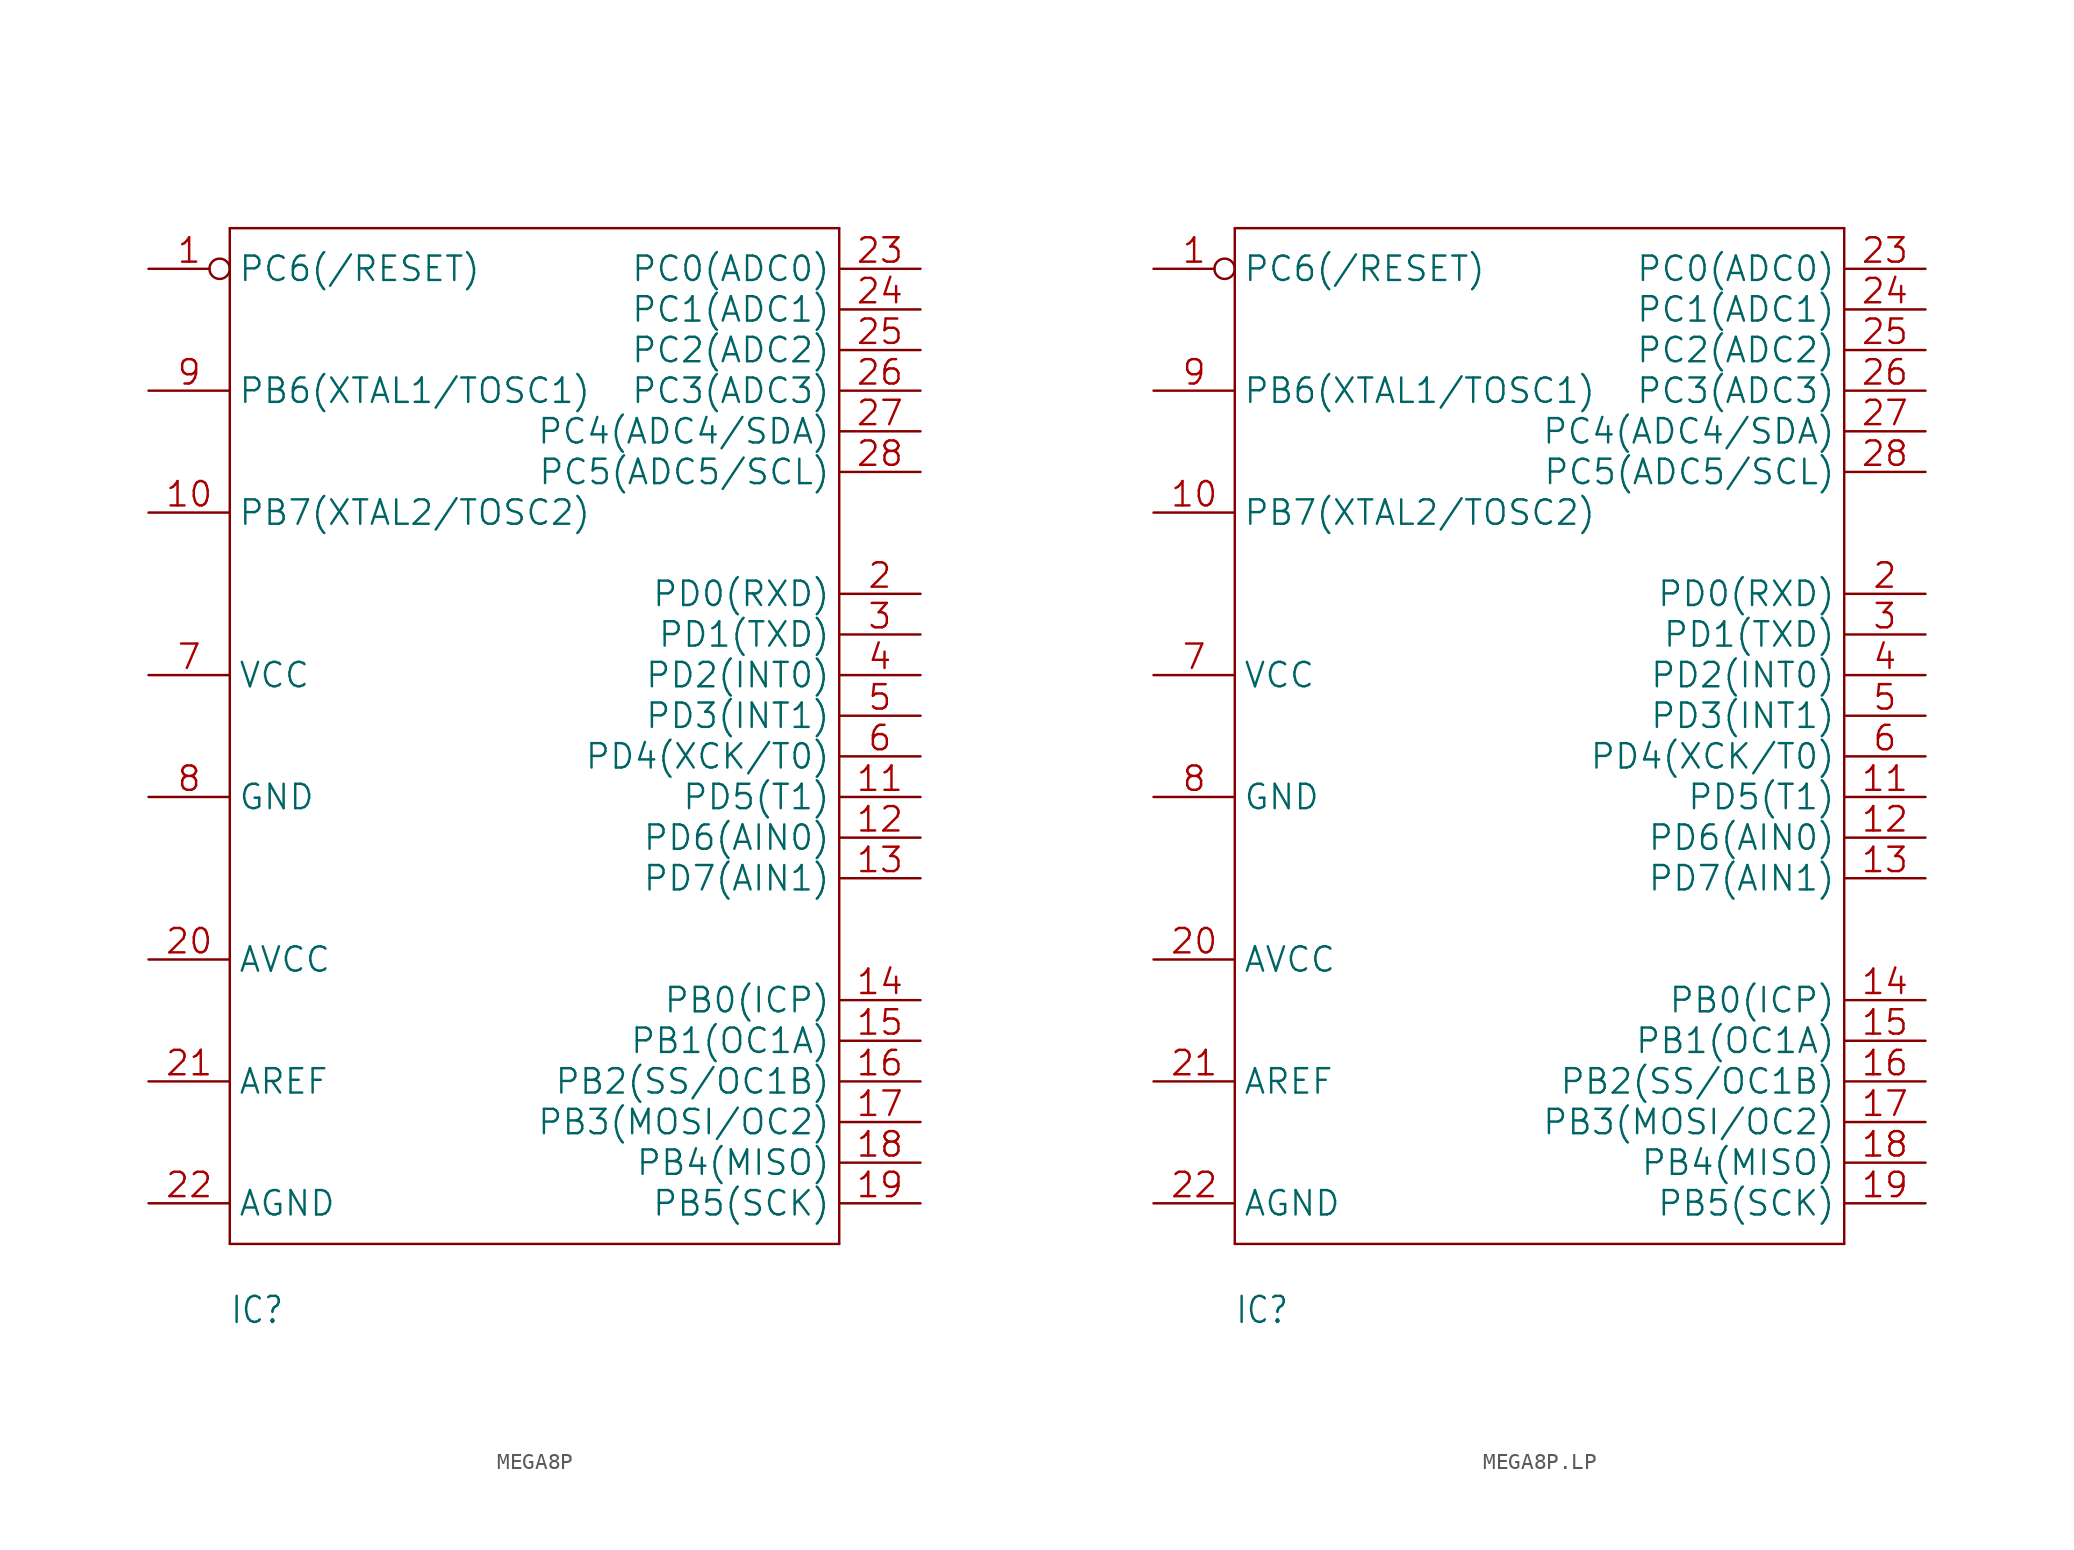
<source format=kicad_sym>
(kicad_symbol_lib
  (version 20241209)
  (generator "kicad_symbol_editor")
  (generator_version "9.0")
  (symbol "MEGA8P"
    (property "Reference" "IC"
      (at -17.78 -38.1 0)
      (effects (font (size 1.626 1.382)) (justify left bottom)))
    (property "Value" ""
      (at -5.08 33.02 0)
      (effects (font (size 1.626 1.382)) (justify left bottom)))
    (property "ki_locked" ""
      (at 0 0 0)
      (effects (font (size 1.27 1.27))))
    (symbol "MEGA8P_1_0"
      (polyline (pts (xy -17.78 30.48) (xy 20.32 30.48)) (stroke (width 0.152) (type solid)) (fill (type none)))
      (polyline (pts (xy -17.78 -33.02) (xy -17.78 30.48)) (stroke (width 0.152) (type solid)) (fill (type none)))
      (polyline (pts (xy 20.32 30.48) (xy 20.32 -33.02)) (stroke (width 0.152) (type solid)) (fill (type none)))
      (polyline (pts (xy 20.32 -33.02) (xy -17.78 -33.02)) (stroke (width 0.152) (type solid)) (fill (type none)))
      (pin bidirectional inverted (at -22.86 27.94 0) (length 5.08) (name "PC6(/RESET)" (effects (font (size 1.524 1.524)))) (number "1" (effects (font (size 1.524 1.524)))))
      (pin bidirectional line (at -22.86 20.32 0) (length 5.08) (name "PB6(XTAL1/TOSC1)" (effects (font (size 1.524 1.524)))) (number "9" (effects (font (size 1.524 1.524)))))
      (pin bidirectional line (at -22.86 12.7 0) (length 5.08) (name "PB7(XTAL2/TOSC2)" (effects (font (size 1.524 1.524)))) (number "10" (effects (font (size 1.524 1.524)))))
      (pin bidirectional line (at -22.86 2.54 0) (length 5.08) (name "VCC" (effects (font (size 1.524 1.524)))) (number "7" (effects (font (size 1.524 1.524)))))
      (pin bidirectional line (at -22.86 -5.08 0) (length 5.08) (name "GND" (effects (font (size 1.524 1.524)))) (number "8" (effects (font (size 1.524 1.524)))))
      (pin bidirectional line (at -22.86 -15.24 0) (length 5.08) (name "AVCC" (effects (font (size 1.524 1.524)))) (number "20" (effects (font (size 1.524 1.524)))))
      (pin bidirectional line (at -22.86 -22.86 0) (length 5.08) (name "AREF" (effects (font (size 1.524 1.524)))) (number "21" (effects (font (size 1.524 1.524)))))
      (pin bidirectional line (at -22.86 -30.48 0) (length 5.08) (name "AGND" (effects (font (size 1.524 1.524)))) (number "22" (effects (font (size 1.524 1.524)))))
      (pin bidirectional line (at 25.4 27.94 180) (length 5.08) (name "PC0(ADC0)" (effects (font (size 1.524 1.524)))) (number "23" (effects (font (size 1.524 1.524)))))
      (pin bidirectional line (at 25.4 25.4 180) (length 5.08) (name "PC1(ADC1)" (effects (font (size 1.524 1.524)))) (number "24" (effects (font (size 1.524 1.524)))))
      (pin bidirectional line (at 25.4 22.86 180) (length 5.08) (name "PC2(ADC2)" (effects (font (size 1.524 1.524)))) (number "25" (effects (font (size 1.524 1.524)))))
      (pin bidirectional line (at 25.4 20.32 180) (length 5.08) (name "PC3(ADC3)" (effects (font (size 1.524 1.524)))) (number "26" (effects (font (size 1.524 1.524)))))
      (pin bidirectional line (at 25.4 17.78 180) (length 5.08) (name "PC4(ADC4/SDA)" (effects (font (size 1.524 1.524)))) (number "27" (effects (font (size 1.524 1.524)))))
      (pin bidirectional line (at 25.4 15.24 180) (length 5.08) (name "PC5(ADC5/SCL)" (effects (font (size 1.524 1.524)))) (number "28" (effects (font (size 1.524 1.524)))))
      (pin bidirectional line (at 25.4 7.62 180) (length 5.08) (name "PD0(RXD)" (effects (font (size 1.524 1.524)))) (number "2" (effects (font (size 1.524 1.524)))))
      (pin bidirectional line (at 25.4 5.08 180) (length 5.08) (name "PD1(TXD)" (effects (font (size 1.524 1.524)))) (number "3" (effects (font (size 1.524 1.524)))))
      (pin bidirectional line (at 25.4 2.54 180) (length 5.08) (name "PD2(INT0)" (effects (font (size 1.524 1.524)))) (number "4" (effects (font (size 1.524 1.524)))))
      (pin bidirectional line (at 25.4 0 180) (length 5.08) (name "PD3(INT1)" (effects (font (size 1.524 1.524)))) (number "5" (effects (font (size 1.524 1.524)))))
      (pin bidirectional line (at 25.4 -2.54 180) (length 5.08) (name "PD4(XCK/T0)" (effects (font (size 1.524 1.524)))) (number "6" (effects (font (size 1.524 1.524)))))
      (pin bidirectional line (at 25.4 -5.08 180) (length 5.08) (name "PD5(T1)" (effects (font (size 1.524 1.524)))) (number "11" (effects (font (size 1.524 1.524)))))
      (pin bidirectional line (at 25.4 -7.62 180) (length 5.08) (name "PD6(AIN0)" (effects (font (size 1.524 1.524)))) (number "12" (effects (font (size 1.524 1.524)))))
      (pin bidirectional line (at 25.4 -10.16 180) (length 5.08) (name "PD7(AIN1)" (effects (font (size 1.524 1.524)))) (number "13" (effects (font (size 1.524 1.524)))))
      (pin bidirectional line (at 25.4 -17.78 180) (length 5.08) (name "PB0(ICP)" (effects (font (size 1.524 1.524)))) (number "14" (effects (font (size 1.524 1.524)))))
      (pin bidirectional line (at 25.4 -20.32 180) (length 5.08) (name "PB1(OC1A)" (effects (font (size 1.524 1.524)))) (number "15" (effects (font (size 1.524 1.524)))))
      (pin bidirectional line (at 25.4 -22.86 180) (length 5.08) (name "PB2(SS/OC1B)" (effects (font (size 1.524 1.524)))) (number "16" (effects (font (size 1.524 1.524)))))
      (pin bidirectional line (at 25.4 -25.4 180) (length 5.08) (name "PB3(MOSI/OC2)" (effects (font (size 1.524 1.524)))) (number "17" (effects (font (size 1.524 1.524)))))
      (pin bidirectional line (at 25.4 -27.94 180) (length 5.08) (name "PB4(MISO)" (effects (font (size 1.524 1.524)))) (number "18" (effects (font (size 1.524 1.524)))))
      (pin bidirectional line (at 25.4 -30.48 180) (length 5.08) (name "PB5(SCK)" (effects (font (size 1.524 1.524)))) (number "19" (effects (font (size 1.524 1.524)))))))
  (symbol "MEGA8P.LP"
    (property "Reference" "IC"
      (at -17.78 -38.1 0)
      (effects (font (size 1.626 1.382)) (justify left bottom)))
    (property "Value" ""
      (at -5.08 33.02 0)
      (effects (font (size 1.626 1.382)) (justify left bottom)))
    (property "ki_locked" ""
      (at 0 0 0)
      (effects (font (size 1.27 1.27))))
    (symbol "MEGA8P.LP_1_0"
      (polyline (pts (xy -17.78 30.48) (xy 20.32 30.48)) (stroke (width 0.152) (type solid)) (fill (type none)))
      (polyline (pts (xy -17.78 -33.02) (xy -17.78 30.48)) (stroke (width 0.152) (type solid)) (fill (type none)))
      (polyline (pts (xy 20.32 30.48) (xy 20.32 -33.02)) (stroke (width 0.152) (type solid)) (fill (type none)))
      (polyline (pts (xy 20.32 -33.02) (xy -17.78 -33.02)) (stroke (width 0.152) (type solid)) (fill (type none)))
      (pin bidirectional inverted (at -22.86 27.94 0) (length 5.08) (name "PC6(/RESET)" (effects (font (size 1.524 1.524)))) (number "1" (effects (font (size 1.524 1.524)))))
      (pin bidirectional line (at -22.86 20.32 0) (length 5.08) (name "PB6(XTAL1/TOSC1)" (effects (font (size 1.524 1.524)))) (number "9" (effects (font (size 1.524 1.524)))))
      (pin bidirectional line (at -22.86 12.7 0) (length 5.08) (name "PB7(XTAL2/TOSC2)" (effects (font (size 1.524 1.524)))) (number "10" (effects (font (size 1.524 1.524)))))
      (pin bidirectional line (at -22.86 2.54 0) (length 5.08) (name "VCC" (effects (font (size 1.524 1.524)))) (number "7" (effects (font (size 1.524 1.524)))))
      (pin bidirectional line (at -22.86 -5.08 0) (length 5.08) (name "GND" (effects (font (size 1.524 1.524)))) (number "8" (effects (font (size 1.524 1.524)))))
      (pin bidirectional line (at -22.86 -15.24 0) (length 5.08) (name "AVCC" (effects (font (size 1.524 1.524)))) (number "20" (effects (font (size 1.524 1.524)))))
      (pin bidirectional line (at -22.86 -22.86 0) (length 5.08) (name "AREF" (effects (font (size 1.524 1.524)))) (number "21" (effects (font (size 1.524 1.524)))))
      (pin bidirectional line (at -22.86 -30.48 0) (length 5.08) (name "AGND" (effects (font (size 1.524 1.524)))) (number "22" (effects (font (size 1.524 1.524)))))
      (pin bidirectional line (at 25.4 27.94 180) (length 5.08) (name "PC0(ADC0)" (effects (font (size 1.524 1.524)))) (number "23" (effects (font (size 1.524 1.524)))))
      (pin bidirectional line (at 25.4 25.4 180) (length 5.08) (name "PC1(ADC1)" (effects (font (size 1.524 1.524)))) (number "24" (effects (font (size 1.524 1.524)))))
      (pin bidirectional line (at 25.4 22.86 180) (length 5.08) (name "PC2(ADC2)" (effects (font (size 1.524 1.524)))) (number "25" (effects (font (size 1.524 1.524)))))
      (pin bidirectional line (at 25.4 20.32 180) (length 5.08) (name "PC3(ADC3)" (effects (font (size 1.524 1.524)))) (number "26" (effects (font (size 1.524 1.524)))))
      (pin bidirectional line (at 25.4 17.78 180) (length 5.08) (name "PC4(ADC4/SDA)" (effects (font (size 1.524 1.524)))) (number "27" (effects (font (size 1.524 1.524)))))
      (pin bidirectional line (at 25.4 15.24 180) (length 5.08) (name "PC5(ADC5/SCL)" (effects (font (size 1.524 1.524)))) (number "28" (effects (font (size 1.524 1.524)))))
      (pin bidirectional line (at 25.4 7.62 180) (length 5.08) (name "PD0(RXD)" (effects (font (size 1.524 1.524)))) (number "2" (effects (font (size 1.524 1.524)))))
      (pin bidirectional line (at 25.4 5.08 180) (length 5.08) (name "PD1(TXD)" (effects (font (size 1.524 1.524)))) (number "3" (effects (font (size 1.524 1.524)))))
      (pin bidirectional line (at 25.4 2.54 180) (length 5.08) (name "PD2(INT0)" (effects (font (size 1.524 1.524)))) (number "4" (effects (font (size 1.524 1.524)))))
      (pin bidirectional line (at 25.4 0 180) (length 5.08) (name "PD3(INT1)" (effects (font (size 1.524 1.524)))) (number "5" (effects (font (size 1.524 1.524)))))
      (pin bidirectional line (at 25.4 -2.54 180) (length 5.08) (name "PD4(XCK/T0)" (effects (font (size 1.524 1.524)))) (number "6" (effects (font (size 1.524 1.524)))))
      (pin bidirectional line (at 25.4 -5.08 180) (length 5.08) (name "PD5(T1)" (effects (font (size 1.524 1.524)))) (number "11" (effects (font (size 1.524 1.524)))))
      (pin bidirectional line (at 25.4 -7.62 180) (length 5.08) (name "PD6(AIN0)" (effects (font (size 1.524 1.524)))) (number "12" (effects (font (size 1.524 1.524)))))
      (pin bidirectional line (at 25.4 -10.16 180) (length 5.08) (name "PD7(AIN1)" (effects (font (size 1.524 1.524)))) (number "13" (effects (font (size 1.524 1.524)))))
      (pin bidirectional line (at 25.4 -17.78 180) (length 5.08) (name "PB0(ICP)" (effects (font (size 1.524 1.524)))) (number "14" (effects (font (size 1.524 1.524)))))
      (pin bidirectional line (at 25.4 -20.32 180) (length 5.08) (name "PB1(OC1A)" (effects (font (size 1.524 1.524)))) (number "15" (effects (font (size 1.524 1.524)))))
      (pin bidirectional line (at 25.4 -22.86 180) (length 5.08) (name "PB2(SS/OC1B)" (effects (font (size 1.524 1.524)))) (number "16" (effects (font (size 1.524 1.524)))))
      (pin bidirectional line (at 25.4 -25.4 180) (length 5.08) (name "PB3(MOSI/OC2)" (effects (font (size 1.524 1.524)))) (number "17" (effects (font (size 1.524 1.524)))))
      (pin bidirectional line (at 25.4 -27.94 180) (length 5.08) (name "PB4(MISO)" (effects (font (size 1.524 1.524)))) (number "18" (effects (font (size 1.524 1.524)))))
      (pin bidirectional line (at 25.4 -30.48 180) (length 5.08) (name "PB5(SCK)" (effects (font (size 1.524 1.524)))) (number "19" (effects (font (size 1.524 1.524))))))))
</source>
